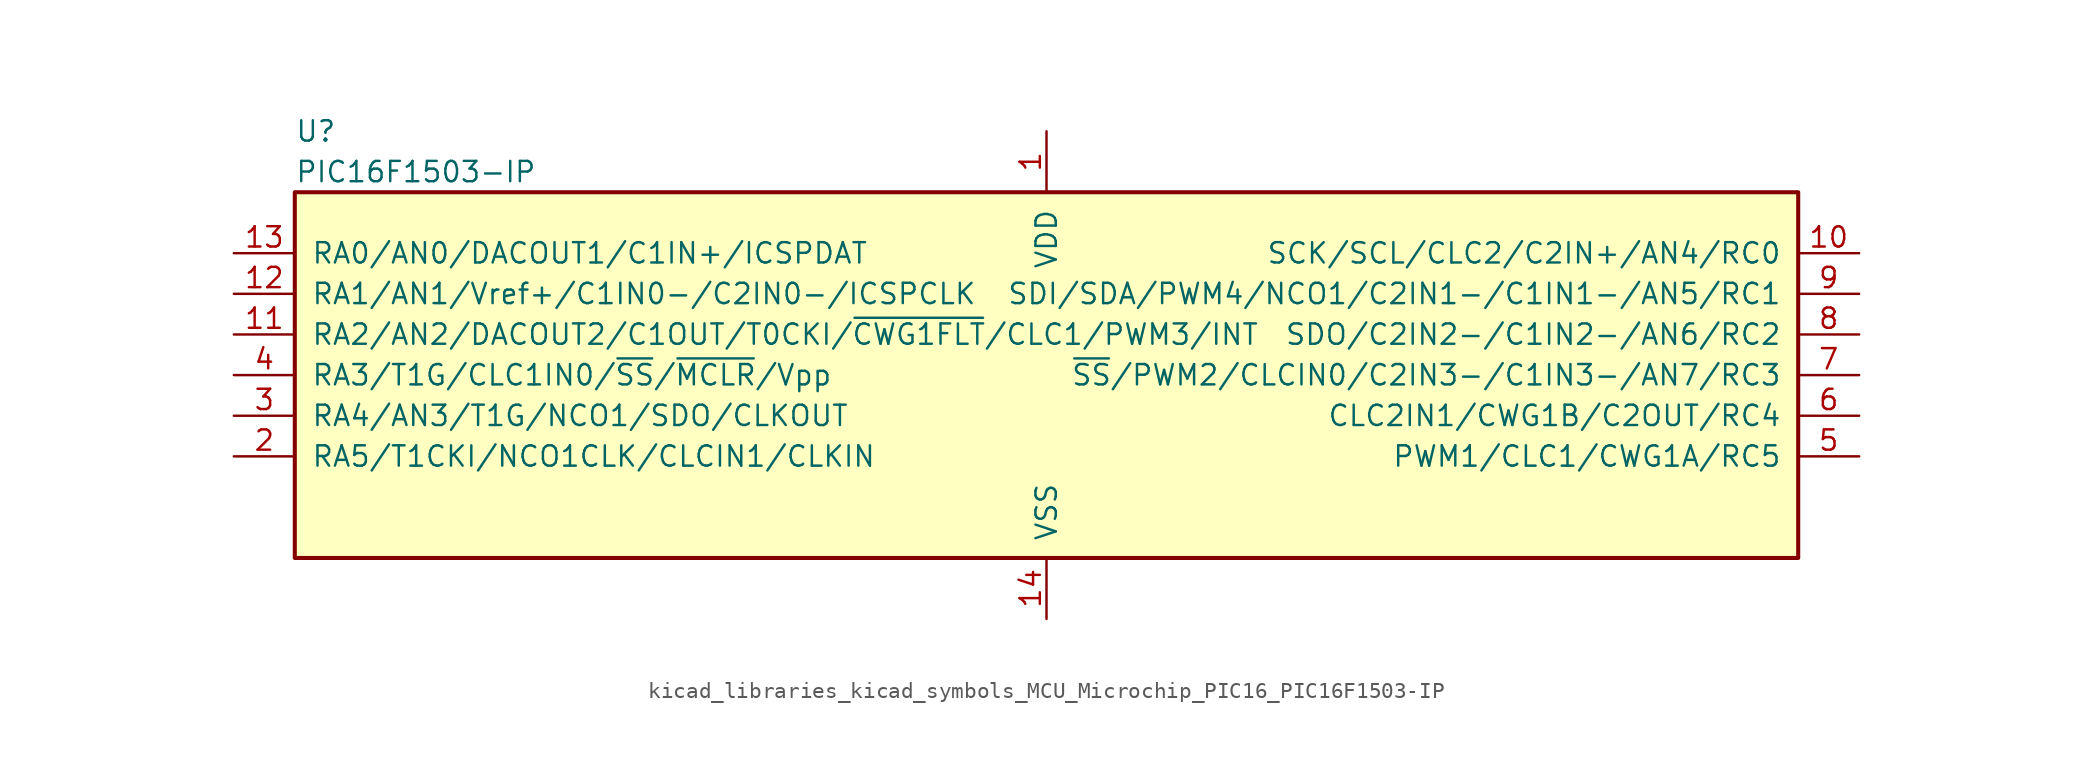
<source format=kicad_sym>
(kicad_symbol_lib
  (version 20220914)
  (generator kicad_symbol_editor)
  (symbol "kicad_libraries_kicad_symbols_MCU_Microchip_PIC16_PIC16F1503-IP"
    (pin_names
      (offset 1.016))
    (property "Reference" "U"
      (at -46.99 15.24 0)
      (effects (font (size 1.27 1.27)) (justify left)))
    (property "Value" "PIC16F1503-IP"
      (at -46.99 12.7 0)
      (effects (font (size 1.27 1.27)) (justify left)))
    (symbol "kicad_libraries_kicad_symbols_MCU_Microchip_PIC16_PIC16F1503-IP_0_1"
      (rectangle (start -46.99 11.43) (end 46.99 -11.43) (stroke (width 0.254) (type default)) (fill (type background))))
    (symbol "kicad_libraries_kicad_symbols_MCU_Microchip_PIC16_PIC16F1503-IP_1_1"
      (pin power_in line (at 0 15.24 270) (length 3.81) (name "VDD" (effects (font (size 1.27 1.27)))) (number "1" (effects (font (size 1.27 1.27)))))
      (pin bidirectional line (at 50.8 7.62 180) (length 3.81) (name "SCK/SCL/CLC2/C2IN+/AN4/RC0" (effects (font (size 1.27 1.27)))) (number "10" (effects (font (size 1.27 1.27)))))
      (pin bidirectional line (at -50.8 2.54 0) (length 3.81) (name "RA2/AN2/DACOUT2/C1OUT/T0CKI/~{CWG1FLT}/CLC1/PWM3/INT" (effects (font (size 1.27 1.27)))) (number "11" (effects (font (size 1.27 1.27)))))
      (pin bidirectional line (at -50.8 5.08 0) (length 3.81) (name "RA1/AN1/Vref+/C1IN0-/C2IN0-/ICSPCLK" (effects (font (size 1.27 1.27)))) (number "12" (effects (font (size 1.27 1.27)))))
      (pin bidirectional line (at -50.8 7.62 0) (length 3.81) (name "RA0/AN0/DACOUT1/C1IN+/ICSPDAT" (effects (font (size 1.27 1.27)))) (number "13" (effects (font (size 1.27 1.27)))))
      (pin power_in line (at 0 -15.24 90) (length 3.81) (name "VSS" (effects (font (size 1.27 1.27)))) (number "14" (effects (font (size 1.27 1.27)))))
      (pin bidirectional line (at -50.8 -5.08 0) (length 3.81) (name "RA5/T1CKI/NCO1CLK/CLCIN1/CLKIN" (effects (font (size 1.27 1.27)))) (number "2" (effects (font (size 1.27 1.27)))))
      (pin bidirectional line (at -50.8 -2.54 0) (length 3.81) (name "RA4/AN3/T1G/NCO1/SDO/CLKOUT" (effects (font (size 1.27 1.27)))) (number "3" (effects (font (size 1.27 1.27)))))
      (pin input line (at -50.8 0 0) (length 3.81) (name "RA3/T1G/CLC1IN0/~{SS}/~{MCLR}/Vpp" (effects (font (size 1.27 1.27)))) (number "4" (effects (font (size 1.27 1.27)))))
      (pin bidirectional line (at 50.8 -5.08 180) (length 3.81) (name "PWM1/CLC1/CWG1A/RC5" (effects (font (size 1.27 1.27)))) (number "5" (effects (font (size 1.27 1.27)))))
      (pin bidirectional line (at 50.8 -2.54 180) (length 3.81) (name "CLC2IN1/CWG1B/C2OUT/RC4" (effects (font (size 1.27 1.27)))) (number "6" (effects (font (size 1.27 1.27)))))
      (pin bidirectional line (at 50.8 0 180) (length 3.81) (name "~{SS}/PWM2/CLCIN0/C2IN3-/C1IN3-/AN7/RC3" (effects (font (size 1.27 1.27)))) (number "7" (effects (font (size 1.27 1.27)))))
      (pin bidirectional line (at 50.8 2.54 180) (length 3.81) (name "SDO/C2IN2-/C1IN2-/AN6/RC2" (effects (font (size 1.27 1.27)))) (number "8" (effects (font (size 1.27 1.27)))))
      (pin bidirectional line (at 50.8 5.08 180) (length 3.81) (name "SDI/SDA/PWM4/NCO1/C2IN1-/C1IN1-/AN5/RC1" (effects (font (size 1.27 1.27)))) (number "9" (effects (font (size 1.27 1.27))))))))
</source>
